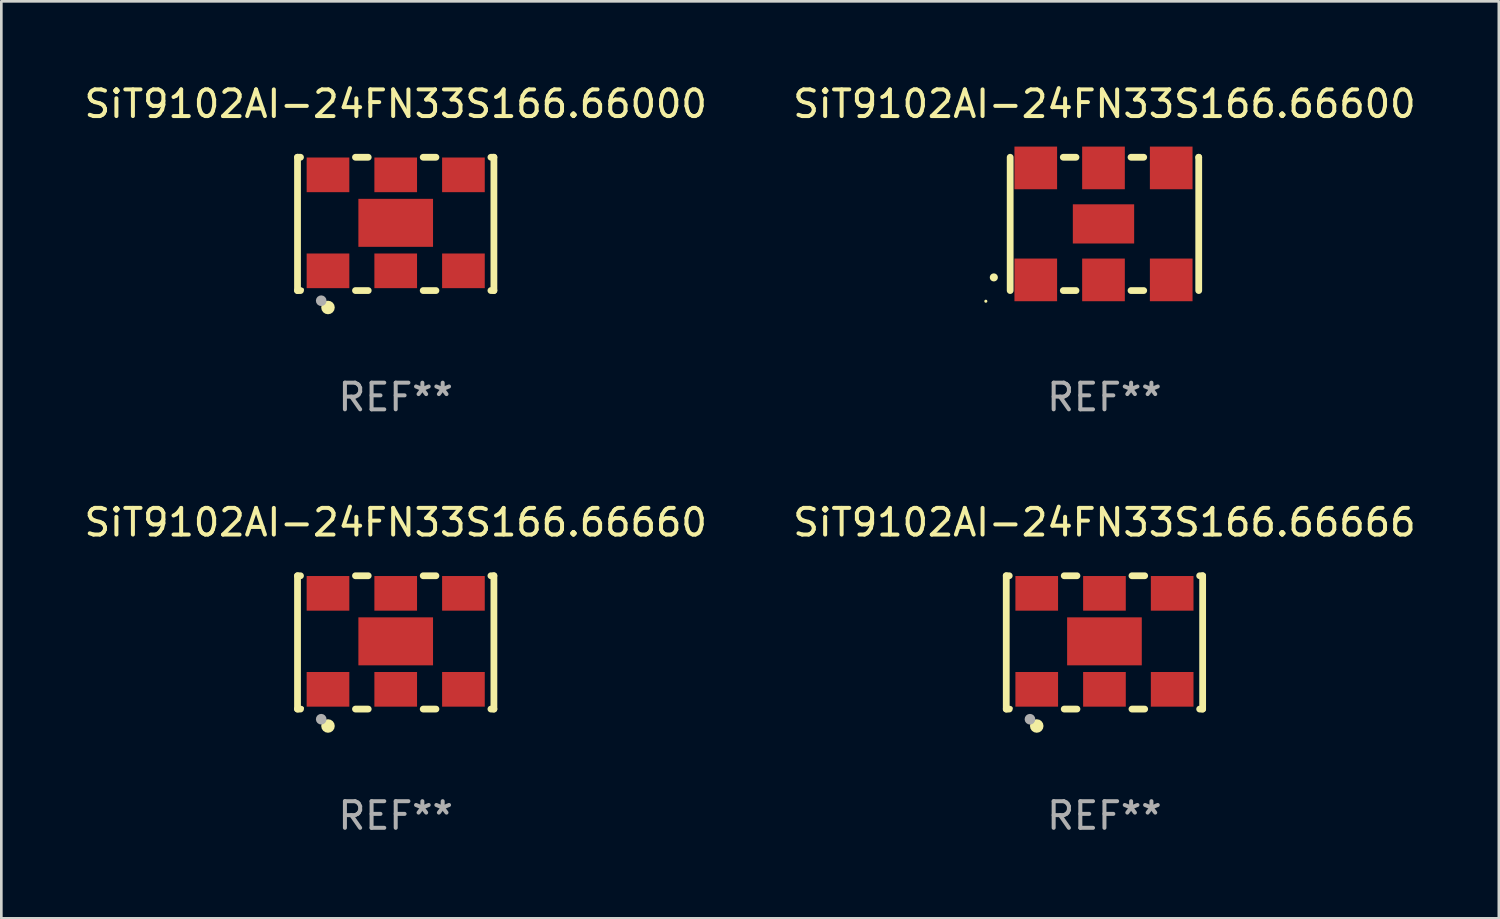
<source format=kicad_pcb>
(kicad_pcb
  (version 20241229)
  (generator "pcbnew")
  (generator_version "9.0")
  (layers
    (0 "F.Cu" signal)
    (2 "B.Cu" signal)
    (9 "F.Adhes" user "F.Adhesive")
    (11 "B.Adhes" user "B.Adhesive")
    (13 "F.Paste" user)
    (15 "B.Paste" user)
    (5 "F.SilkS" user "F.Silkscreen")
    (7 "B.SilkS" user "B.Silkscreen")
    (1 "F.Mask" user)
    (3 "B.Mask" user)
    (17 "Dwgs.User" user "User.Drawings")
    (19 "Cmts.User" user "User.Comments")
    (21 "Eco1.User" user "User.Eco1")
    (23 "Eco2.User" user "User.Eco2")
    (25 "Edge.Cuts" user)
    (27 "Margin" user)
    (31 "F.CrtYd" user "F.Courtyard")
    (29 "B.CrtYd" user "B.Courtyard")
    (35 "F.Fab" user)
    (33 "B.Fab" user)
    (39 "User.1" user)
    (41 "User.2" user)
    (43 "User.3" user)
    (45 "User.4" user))
  (footprint "SiT9102AI-24FN33S166.66600"
    (layer "F.Cu")
    (at 38.375 5.348)
    (property "Reference" "SiT9102AI-24FN33S166.66600" (at 0 -4.5 0) (layer "F.SilkS") (effects (font (size 1 1) (thickness 0.15))))
    (attr through_hole)
    (fp_line (start -3.536 -2.5) (end -3.536 2.5) (stroke (width 0.254) (type solid)) (layer "F.SilkS"))
    (fp_line (start -1.544 2.5) (end -1.067 2.5) (stroke (width 0.254) (type solid)) (layer "F.SilkS"))
    (fp_line (start -1.067 -2.5) (end -1.544 -2.5) (stroke (width 0.254) (type solid)) (layer "F.SilkS"))
    (fp_line (start 0.996 2.5) (end 1.473 2.5) (stroke (width 0.254) (type solid)) (layer "F.SilkS"))
    (fp_line (start 1.473 -2.5) (end 0.996 -2.5) (stroke (width 0.254) (type solid)) (layer "F.SilkS"))
    (fp_line (start 3.536 -2.5) (end 3.536 -2.5) (stroke (width 0.254) (type solid)) (layer "F.SilkS"))
    (fp_line (start 3.536 2.5) (end 3.536 -2.5) (stroke (width 0.254) (type solid)) (layer "F.SilkS"))
    (fp_arc (start -4.150432 2.006604) (mid -4.149162 2.006599) (end -4.147892 2.006604) (stroke (width 0.3) (type solid)) (layer "F.SilkS"))
    (fp_circle (center -4.449 2.9) (end -4.419 2.9) (stroke (width 0.06) (type solid)) (fill no) (layer "F.SilkS"))
    (fp_text user "REF**" (at 0 6.5 0) (layer "F.Fab") (effects (font (size 1 1) (thickness 0.15))))
    (pad "1" smd rect (at -2.576 2.1) (size 1.6 1.6) (layers "F.Cu" "F.Mask" "F.Paste"))
    (pad "2" smd rect (at -0.036 2.1) (size 1.6 1.6) (layers "F.Cu" "F.Mask" "F.Paste"))
    (pad "3" smd rect (at 2.504 2.1) (size 1.6 1.6) (layers "F.Cu" "F.Mask" "F.Paste"))
    (pad "4" smd rect (at 2.504 -2.1) (size 1.6 1.6) (layers "F.Cu" "F.Mask" "F.Paste"))
    (pad "5" smd rect (at -0.036 -2.1) (size 1.6 1.6) (layers "F.Cu" "F.Mask" "F.Paste"))
    (pad "6" smd rect (at -2.576 -2.1) (size 1.6 1.6) (layers "F.Cu" "F.Mask" "F.Paste"))
    (pad "7" smd rect (at -0.036 0) (size 2.3 1.47) (layers "F.Cu" "F.Mask" "F.Paste")))
  (footprint "SiT9102AI-24FN33S166.66660"
    (layer "F.Cu")
    (at 11.792 21.045)
    (property "Reference" "SiT9102AI-24FN33S166.66660" (at 0 -4.5 0) (layer "F.SilkS") (effects (font (size 1 1) (thickness 0.15))))
    (attr through_hole)
    (fp_line (start -3.683 -2.5) (end -3.571 -2.5) (stroke (width 0.254) (type solid)) (layer "F.SilkS"))
    (fp_line (start -3.683 2.5) (end -3.683 -2.5) (stroke (width 0.254) (type solid)) (layer "F.SilkS"))
    (fp_line (start -3.683 2.5) (end -3.571 2.5) (stroke (width 0.254) (type solid)) (layer "F.SilkS"))
    (fp_line (start -1.509 -2.5) (end -1.031 -2.5) (stroke (width 0.254) (type solid)) (layer "F.SilkS"))
    (fp_line (start -1.509 2.5) (end -1.031 2.5) (stroke (width 0.254) (type solid)) (layer "F.SilkS"))
    (fp_line (start 1.031 -2.5) (end 1.509 -2.5) (stroke (width 0.254) (type solid)) (layer "F.SilkS"))
    (fp_line (start 1.031 2.5) (end 1.509 2.5) (stroke (width 0.254) (type solid)) (layer "F.SilkS"))
    (fp_line (start 3.571 -2.5) (end 3.683 -2.5) (stroke (width 0.254) (type solid)) (layer "F.SilkS"))
    (fp_line (start 3.571 2.5) (end 3.683 2.5) (stroke (width 0.254) (type solid)) (layer "F.SilkS"))
    (fp_line (start 3.683 2.5) (end 3.683 -2.5) (stroke (width 0.254) (type solid)) (layer "F.SilkS"))
    (fp_circle (center -3.5 2.46) (end -3.47 2.46) (stroke (width 0.06) (type solid)) (fill no) (layer "F.SilkS"))
    (fp_circle (center -2.54 3.135) (end -2.413 3.135) (stroke (width 0.254) (type solid)) (fill no) (layer "F.SilkS"))
    (fp_circle (center -2.794 2.881) (end -2.694 2.881) (stroke (width 0.2) (type solid)) (fill no) (layer "F.Fab"))
    (fp_text user "REF**" (at 0 6.5 0) (layer "F.Fab") (effects (font (size 1 1) (thickness 0.15))))
    (pad "1" smd rect (at -2.54 1.76) (size 1.6 1.3) (layers "F.Cu" "F.Mask" "F.Paste"))
    (pad "2" smd rect (at 0 1.76) (size 1.6 1.3) (layers "F.Cu" "F.Mask" "F.Paste"))
    (pad "3" smd rect (at 2.54 1.76) (size 1.6 1.3) (layers "F.Cu" "F.Mask" "F.Paste"))
    (pad "4" smd rect (at 2.54 -1.84) (size 1.6 1.3) (layers "F.Cu" "F.Mask" "F.Paste"))
    (pad "5" smd rect (at 0 -1.84) (size 1.6 1.3) (layers "F.Cu" "F.Mask" "F.Paste"))
    (pad "6" smd rect (at -2.54 -1.84) (size 1.6 1.3) (layers "F.Cu" "F.Mask" "F.Paste"))
    (pad "7" smd rect (at 0 -0.04) (size 2.8 1.8) (layers "F.Cu" "F.Mask" "F.Paste")))
  (footprint "SiT9102AI-24FN33S166.66666"
    (layer "F.Cu")
    (at 38.375 21.045)
    (property "Reference" "SiT9102AI-24FN33S166.66666" (at 0 -4.5 0) (layer "F.SilkS") (effects (font (size 1 1) (thickness 0.15))))
    (attr through_hole)
    (fp_line (start -3.683 -2.5) (end -3.571 -2.5) (stroke (width 0.254) (type solid)) (layer "F.SilkS"))
    (fp_line (start -3.683 2.5) (end -3.683 -2.5) (stroke (width 0.254) (type solid)) (layer "F.SilkS"))
    (fp_line (start -3.683 2.5) (end -3.571 2.5) (stroke (width 0.254) (type solid)) (layer "F.SilkS"))
    (fp_line (start -1.509 -2.5) (end -1.031 -2.5) (stroke (width 0.254) (type solid)) (layer "F.SilkS"))
    (fp_line (start -1.509 2.5) (end -1.031 2.5) (stroke (width 0.254) (type solid)) (layer "F.SilkS"))
    (fp_line (start 1.031 -2.5) (end 1.509 -2.5) (stroke (width 0.254) (type solid)) (layer "F.SilkS"))
    (fp_line (start 1.031 2.5) (end 1.509 2.5) (stroke (width 0.254) (type solid)) (layer "F.SilkS"))
    (fp_line (start 3.571 -2.5) (end 3.683 -2.5) (stroke (width 0.254) (type solid)) (layer "F.SilkS"))
    (fp_line (start 3.571 2.5) (end 3.683 2.5) (stroke (width 0.254) (type solid)) (layer "F.SilkS"))
    (fp_line (start 3.683 2.5) (end 3.683 -2.5) (stroke (width 0.254) (type solid)) (layer "F.SilkS"))
    (fp_circle (center -3.5 2.46) (end -3.47 2.46) (stroke (width 0.06) (type solid)) (fill no) (layer "F.SilkS"))
    (fp_circle (center -2.54 3.135) (end -2.413 3.135) (stroke (width 0.254) (type solid)) (fill no) (layer "F.SilkS"))
    (fp_circle (center -2.794 2.881) (end -2.694 2.881) (stroke (width 0.2) (type solid)) (fill no) (layer "F.Fab"))
    (fp_text user "REF**" (at 0 6.5 0) (layer "F.Fab") (effects (font (size 1 1) (thickness 0.15))))
    (pad "1" smd rect (at -2.54 1.76) (size 1.6 1.3) (layers "F.Cu" "F.Mask" "F.Paste"))
    (pad "2" smd rect (at 0 1.76) (size 1.6 1.3) (layers "F.Cu" "F.Mask" "F.Paste"))
    (pad "3" smd rect (at 2.54 1.76) (size 1.6 1.3) (layers "F.Cu" "F.Mask" "F.Paste"))
    (pad "4" smd rect (at 2.54 -1.84) (size 1.6 1.3) (layers "F.Cu" "F.Mask" "F.Paste"))
    (pad "5" smd rect (at 0 -1.84) (size 1.6 1.3) (layers "F.Cu" "F.Mask" "F.Paste"))
    (pad "6" smd rect (at -2.54 -1.84) (size 1.6 1.3) (layers "F.Cu" "F.Mask" "F.Paste"))
    (pad "7" smd rect (at 0 -0.04) (size 2.8 1.8) (layers "F.Cu" "F.Mask" "F.Paste")))
  (footprint "SiT9102AI-24FN33S166.66000"
    (layer "F.Cu")
    (at 11.792 5.348)
    (property "Reference" "SiT9102AI-24FN33S166.66000" (at 0 -4.5 0) (layer "F.SilkS") (effects (font (size 1 1) (thickness 0.15))))
    (attr through_hole)
    (fp_line (start -3.683 -2.5) (end -3.571 -2.5) (stroke (width 0.254) (type solid)) (layer "F.SilkS"))
    (fp_line (start -3.683 2.5) (end -3.683 -2.5) (stroke (width 0.254) (type solid)) (layer "F.SilkS"))
    (fp_line (start -3.683 2.5) (end -3.571 2.5) (stroke (width 0.254) (type solid)) (layer "F.SilkS"))
    (fp_line (start -1.509 -2.5) (end -1.031 -2.5) (stroke (width 0.254) (type solid)) (layer "F.SilkS"))
    (fp_line (start -1.509 2.5) (end -1.031 2.5) (stroke (width 0.254) (type solid)) (layer "F.SilkS"))
    (fp_line (start 1.031 -2.5) (end 1.509 -2.5) (stroke (width 0.254) (type solid)) (layer "F.SilkS"))
    (fp_line (start 1.031 2.5) (end 1.509 2.5) (stroke (width 0.254) (type solid)) (layer "F.SilkS"))
    (fp_line (start 3.571 -2.5) (end 3.683 -2.5) (stroke (width 0.254) (type solid)) (layer "F.SilkS"))
    (fp_line (start 3.571 2.5) (end 3.683 2.5) (stroke (width 0.254) (type solid)) (layer "F.SilkS"))
    (fp_line (start 3.683 2.5) (end 3.683 -2.5) (stroke (width 0.254) (type solid)) (layer "F.SilkS"))
    (fp_circle (center -3.5 2.46) (end -3.47 2.46) (stroke (width 0.06) (type solid)) (fill no) (layer "F.SilkS"))
    (fp_circle (center -2.54 3.135) (end -2.413 3.135) (stroke (width 0.254) (type solid)) (fill no) (layer "F.SilkS"))
    (fp_circle (center -2.794 2.881) (end -2.694 2.881) (stroke (width 0.2) (type solid)) (fill no) (layer "F.Fab"))
    (fp_text user "REF**" (at 0 6.5 0) (layer "F.Fab") (effects (font (size 1 1) (thickness 0.15))))
    (pad "1" smd rect (at -2.54 1.76) (size 1.6 1.3) (layers "F.Cu" "F.Mask" "F.Paste"))
    (pad "2" smd rect (at 0 1.76) (size 1.6 1.3) (layers "F.Cu" "F.Mask" "F.Paste"))
    (pad "3" smd rect (at 2.54 1.76) (size 1.6 1.3) (layers "F.Cu" "F.Mask" "F.Paste"))
    (pad "4" smd rect (at 2.54 -1.84) (size 1.6 1.3) (layers "F.Cu" "F.Mask" "F.Paste"))
    (pad "5" smd rect (at 0 -1.84) (size 1.6 1.3) (layers "F.Cu" "F.Mask" "F.Paste"))
    (pad "6" smd rect (at -2.54 -1.84) (size 1.6 1.3) (layers "F.Cu" "F.Mask" "F.Paste"))
    (pad "7" smd rect (at 0 -0.04) (size 2.8 1.8) (layers "F.Cu" "F.Mask" "F.Paste")))
  (gr_rect
    (start -3 -3)
    (end 53.167 31.393)
    (stroke (width 0.1) (type default))
    (fill no)
    (layer "Edge.Cuts")))
</source>
